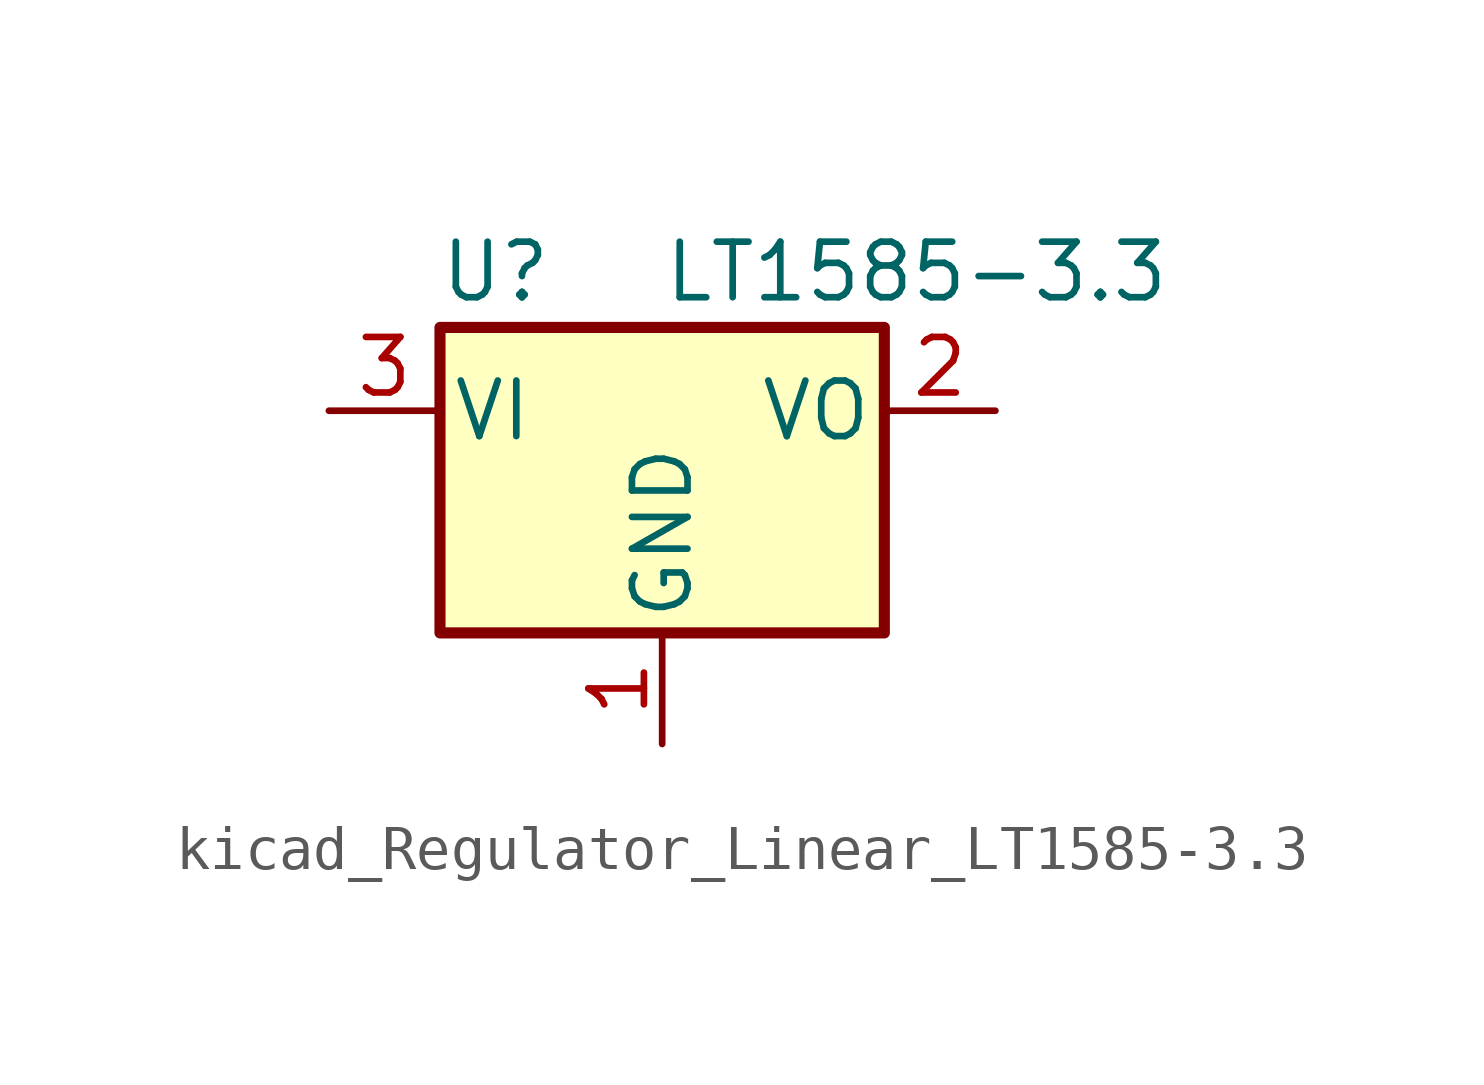
<source format=kicad_sym>
(kicad_symbol_lib
  (version 20220914)
  (generator kicad_symbol_editor)
  (symbol "kicad_Regulator_Linear_LT1585-3.3"
    (pin_names
      (offset 0.254))
    (property "Reference" "U"
      (at -3.81 3.175 0)
      (effects (font (size 1.27 1.27))))
    (property "Value" "LT1585-3.3"
      (at 0 3.175 0)
      (effects (font (size 1.27 1.27)) (justify left)))
    (symbol "kicad_Regulator_Linear_LT1585-3.3_0_1"
      (rectangle (start -5.08 -5.08) (end 5.08 1.905) (stroke (width 0.254) (type default)) (fill (type background))))
    (symbol "kicad_Regulator_Linear_LT1585-3.3_1_1"
      (pin power_in line (at 0 -7.62 90) (length 2.54) (name "GND" (effects (font (size 1.27 1.27)))) (number "1" (effects (font (size 1.27 1.27)))))
      (pin power_out line (at 7.62 0 180) (length 2.54) (name "VO" (effects (font (size 1.27 1.27)))) (number "2" (effects (font (size 1.27 1.27)))))
      (pin power_in line (at -7.62 0 0) (length 2.54) (name "VI" (effects (font (size 1.27 1.27)))) (number "3" (effects (font (size 1.27 1.27))))))))
</source>
